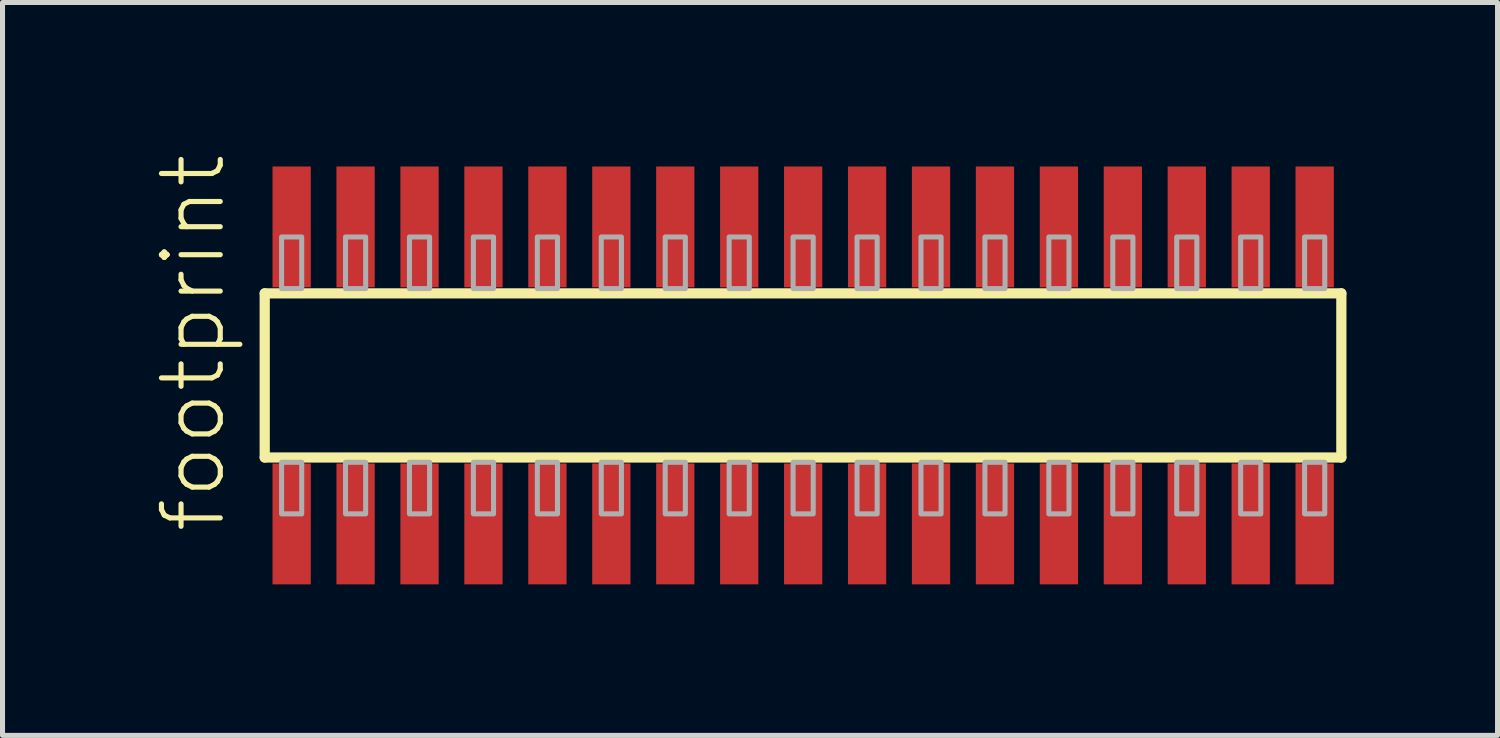
<source format=kicad_pcb>
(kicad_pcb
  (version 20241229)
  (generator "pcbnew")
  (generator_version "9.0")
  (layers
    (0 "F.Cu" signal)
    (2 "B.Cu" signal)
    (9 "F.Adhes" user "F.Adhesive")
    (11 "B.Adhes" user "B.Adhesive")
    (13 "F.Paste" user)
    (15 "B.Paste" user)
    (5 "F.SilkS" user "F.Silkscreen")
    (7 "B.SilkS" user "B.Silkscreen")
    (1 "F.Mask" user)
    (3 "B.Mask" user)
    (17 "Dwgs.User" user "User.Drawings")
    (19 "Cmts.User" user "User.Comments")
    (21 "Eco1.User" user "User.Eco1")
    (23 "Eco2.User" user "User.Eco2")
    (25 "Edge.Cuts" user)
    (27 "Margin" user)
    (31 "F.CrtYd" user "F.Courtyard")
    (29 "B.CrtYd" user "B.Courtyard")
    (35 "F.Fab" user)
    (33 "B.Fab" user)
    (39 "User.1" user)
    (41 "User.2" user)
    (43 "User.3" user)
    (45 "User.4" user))
  (footprint "footprint"
    (layer "F.Cu")
    (at 12.903 4.407)
    (property "Reference" "footprint" (at -11.43 3.175 90) (layer "F.SilkS") (effects (font (size 1.168 1.168) (thickness 0.102)) (justify left bottom)))
    (fp_line (start -10.695 -1.63) (end 10.69 -1.63) (stroke (width 0.203) (type solid)) (layer "F.SilkS"))
    (fp_line (start -10.695 1.63) (end -10.695 -1.63) (stroke (width 0.203) (type solid)) (layer "F.SilkS"))
    (fp_line (start 10.69 -1.63) (end 10.69 1.63) (stroke (width 0.203) (type solid)) (layer "F.SilkS"))
    (fp_line (start 10.69 1.63) (end -10.695 1.63) (stroke (width 0.203) (type solid)) (layer "F.SilkS"))
    (fp_poly (pts (xy -10.36 -1.725) (xy -9.96 -1.725) (xy -9.96 -2.75) (xy -10.36 -2.75)) (stroke (width 0.1) (type solid)) (fill no) (layer "F.Fab"))
    (fp_poly (pts (xy -9.96 1.725) (xy -10.36 1.725) (xy -10.36 2.75) (xy -9.96 2.75)) (stroke (width 0.1) (type solid)) (fill no) (layer "F.Fab"))
    (fp_poly (pts (xy -9.09 -1.725) (xy -8.69 -1.725) (xy -8.69 -2.75) (xy -9.09 -2.75)) (stroke (width 0.1) (type solid)) (fill no) (layer "F.Fab"))
    (fp_poly (pts (xy -8.69 1.725) (xy -9.09 1.725) (xy -9.09 2.75) (xy -8.69 2.75)) (stroke (width 0.1) (type solid)) (fill no) (layer "F.Fab"))
    (fp_poly (pts (xy -7.82 -1.725) (xy -7.42 -1.725) (xy -7.42 -2.75) (xy -7.82 -2.75)) (stroke (width 0.1) (type solid)) (fill no) (layer "F.Fab"))
    (fp_poly (pts (xy -7.42 1.725) (xy -7.82 1.725) (xy -7.82 2.75) (xy -7.42 2.75)) (stroke (width 0.1) (type solid)) (fill no) (layer "F.Fab"))
    (fp_poly (pts (xy -6.55 -1.725) (xy -6.15 -1.725) (xy -6.15 -2.75) (xy -6.55 -2.75)) (stroke (width 0.1) (type solid)) (fill no) (layer "F.Fab"))
    (fp_poly (pts (xy -6.15 1.725) (xy -6.55 1.725) (xy -6.55 2.75) (xy -6.15 2.75)) (stroke (width 0.1) (type solid)) (fill no) (layer "F.Fab"))
    (fp_poly (pts (xy -5.28 -1.725) (xy -4.88 -1.725) (xy -4.88 -2.75) (xy -5.28 -2.75)) (stroke (width 0.1) (type solid)) (fill no) (layer "F.Fab"))
    (fp_poly (pts (xy -4.88 1.725) (xy -5.28 1.725) (xy -5.28 2.75) (xy -4.88 2.75)) (stroke (width 0.1) (type solid)) (fill no) (layer "F.Fab"))
    (fp_poly (pts (xy -4.01 -1.725) (xy -3.61 -1.725) (xy -3.61 -2.75) (xy -4.01 -2.75)) (stroke (width 0.1) (type solid)) (fill no) (layer "F.Fab"))
    (fp_poly (pts (xy -3.61 1.725) (xy -4.01 1.725) (xy -4.01 2.75) (xy -3.61 2.75)) (stroke (width 0.1) (type solid)) (fill no) (layer "F.Fab"))
    (fp_poly (pts (xy -2.74 -1.725) (xy -2.34 -1.725) (xy -2.34 -2.75) (xy -2.74 -2.75)) (stroke (width 0.1) (type solid)) (fill no) (layer "F.Fab"))
    (fp_poly (pts (xy -2.34 1.725) (xy -2.74 1.725) (xy -2.74 2.75) (xy -2.34 2.75)) (stroke (width 0.1) (type solid)) (fill no) (layer "F.Fab"))
    (fp_poly (pts (xy -1.47 -1.725) (xy -1.07 -1.725) (xy -1.07 -2.75) (xy -1.47 -2.75)) (stroke (width 0.1) (type solid)) (fill no) (layer "F.Fab"))
    (fp_poly (pts (xy -1.07 1.725) (xy -1.47 1.725) (xy -1.47 2.75) (xy -1.07 2.75)) (stroke (width 0.1) (type solid)) (fill no) (layer "F.Fab"))
    (fp_poly (pts (xy -0.2 -1.725) (xy 0.2 -1.725) (xy 0.2 -2.75) (xy -0.2 -2.75)) (stroke (width 0.1) (type solid)) (fill no) (layer "F.Fab"))
    (fp_poly (pts (xy 0.2 1.725) (xy -0.2 1.725) (xy -0.2 2.75) (xy 0.2 2.75)) (stroke (width 0.1) (type solid)) (fill no) (layer "F.Fab"))
    (fp_poly (pts (xy 1.07 -1.725) (xy 1.47 -1.725) (xy 1.47 -2.75) (xy 1.07 -2.75)) (stroke (width 0.1) (type solid)) (fill no) (layer "F.Fab"))
    (fp_poly (pts (xy 1.47 1.725) (xy 1.07 1.725) (xy 1.07 2.75) (xy 1.47 2.75)) (stroke (width 0.1) (type solid)) (fill no) (layer "F.Fab"))
    (fp_poly (pts (xy 2.34 -1.725) (xy 2.74 -1.725) (xy 2.74 -2.75) (xy 2.34 -2.75)) (stroke (width 0.1) (type solid)) (fill no) (layer "F.Fab"))
    (fp_poly (pts (xy 2.74 1.725) (xy 2.34 1.725) (xy 2.34 2.75) (xy 2.74 2.75)) (stroke (width 0.1) (type solid)) (fill no) (layer "F.Fab"))
    (fp_poly (pts (xy 3.61 -1.725) (xy 4.01 -1.725) (xy 4.01 -2.75) (xy 3.61 -2.75)) (stroke (width 0.1) (type solid)) (fill no) (layer "F.Fab"))
    (fp_poly (pts (xy 4.01 1.725) (xy 3.61 1.725) (xy 3.61 2.75) (xy 4.01 2.75)) (stroke (width 0.1) (type solid)) (fill no) (layer "F.Fab"))
    (fp_poly (pts (xy 4.88 -1.725) (xy 5.28 -1.725) (xy 5.28 -2.75) (xy 4.88 -2.75)) (stroke (width 0.1) (type solid)) (fill no) (layer "F.Fab"))
    (fp_poly (pts (xy 5.28 1.725) (xy 4.88 1.725) (xy 4.88 2.75) (xy 5.28 2.75)) (stroke (width 0.1) (type solid)) (fill no) (layer "F.Fab"))
    (fp_poly (pts (xy 6.15 -1.725) (xy 6.55 -1.725) (xy 6.55 -2.75) (xy 6.15 -2.75)) (stroke (width 0.1) (type solid)) (fill no) (layer "F.Fab"))
    (fp_poly (pts (xy 6.55 1.725) (xy 6.15 1.725) (xy 6.15 2.75) (xy 6.55 2.75)) (stroke (width 0.1) (type solid)) (fill no) (layer "F.Fab"))
    (fp_poly (pts (xy 7.42 -1.725) (xy 7.82 -1.725) (xy 7.82 -2.75) (xy 7.42 -2.75)) (stroke (width 0.1) (type solid)) (fill no) (layer "F.Fab"))
    (fp_poly (pts (xy 7.82 1.725) (xy 7.42 1.725) (xy 7.42 2.75) (xy 7.82 2.75)) (stroke (width 0.1) (type solid)) (fill no) (layer "F.Fab"))
    (fp_poly (pts (xy 8.69 -1.725) (xy 9.09 -1.725) (xy 9.09 -2.75) (xy 8.69 -2.75)) (stroke (width 0.1) (type solid)) (fill no) (layer "F.Fab"))
    (fp_poly (pts (xy 9.09 1.725) (xy 8.69 1.725) (xy 8.69 2.75) (xy 9.09 2.75)) (stroke (width 0.1) (type solid)) (fill no) (layer "F.Fab"))
    (fp_poly (pts (xy 9.96 -1.725) (xy 10.36 -1.725) (xy 10.36 -2.75) (xy 9.96 -2.75)) (stroke (width 0.1) (type solid)) (fill no) (layer "F.Fab"))
    (fp_poly (pts (xy 10.36 1.725) (xy 9.96 1.725) (xy 9.96 2.75) (xy 10.36 2.75)) (stroke (width 0.1) (type solid)) (fill no) (layer "F.Fab"))
    (pad "1" smd rect (at -10.16 2.95) (size 0.76 2.4) (layers "F.Cu" "F.Mask" "F.Paste"))
    (pad "2" smd rect (at -10.16 -2.95) (size 0.76 2.4) (layers "F.Cu" "F.Mask" "F.Paste"))
    (pad "3" smd rect (at -8.89 2.95) (size 0.76 2.4) (layers "F.Cu" "F.Mask" "F.Paste"))
    (pad "4" smd rect (at -8.89 -2.95) (size 0.76 2.4) (layers "F.Cu" "F.Mask" "F.Paste"))
    (pad "5" smd rect (at -7.62 2.95) (size 0.76 2.4) (layers "F.Cu" "F.Mask" "F.Paste"))
    (pad "6" smd rect (at -7.62 -2.95) (size 0.76 2.4) (layers "F.Cu" "F.Mask" "F.Paste"))
    (pad "7" smd rect (at -6.35 2.95) (size 0.76 2.4) (layers "F.Cu" "F.Mask" "F.Paste"))
    (pad "8" smd rect (at -6.35 -2.95) (size 0.76 2.4) (layers "F.Cu" "F.Mask" "F.Paste"))
    (pad "9" smd rect (at -5.08 2.95) (size 0.76 2.4) (layers "F.Cu" "F.Mask" "F.Paste"))
    (pad "10" smd rect (at -5.08 -2.95) (size 0.76 2.4) (layers "F.Cu" "F.Mask" "F.Paste"))
    (pad "11" smd rect (at -3.81 2.95) (size 0.76 2.4) (layers "F.Cu" "F.Mask" "F.Paste"))
    (pad "12" smd rect (at -3.81 -2.95) (size 0.76 2.4) (layers "F.Cu" "F.Mask" "F.Paste"))
    (pad "13" smd rect (at -2.54 2.95) (size 0.76 2.4) (layers "F.Cu" "F.Mask" "F.Paste"))
    (pad "14" smd rect (at -2.54 -2.95) (size 0.76 2.4) (layers "F.Cu" "F.Mask" "F.Paste"))
    (pad "15" smd rect (at -1.27 2.95) (size 0.76 2.4) (layers "F.Cu" "F.Mask" "F.Paste"))
    (pad "16" smd rect (at -1.27 -2.95) (size 0.76 2.4) (layers "F.Cu" "F.Mask" "F.Paste"))
    (pad "17" smd rect (at 0 2.95) (size 0.76 2.4) (layers "F.Cu" "F.Mask" "F.Paste"))
    (pad "18" smd rect (at 0 -2.95) (size 0.76 2.4) (layers "F.Cu" "F.Mask" "F.Paste"))
    (pad "19" smd rect (at 1.27 2.95) (size 0.76 2.4) (layers "F.Cu" "F.Mask" "F.Paste"))
    (pad "20" smd rect (at 1.27 -2.95) (size 0.76 2.4) (layers "F.Cu" "F.Mask" "F.Paste"))
    (pad "21" smd rect (at 2.54 2.95) (size 0.76 2.4) (layers "F.Cu" "F.Mask" "F.Paste"))
    (pad "22" smd rect (at 2.54 -2.95) (size 0.76 2.4) (layers "F.Cu" "F.Mask" "F.Paste"))
    (pad "23" smd rect (at 3.81 2.95) (size 0.76 2.4) (layers "F.Cu" "F.Mask" "F.Paste"))
    (pad "24" smd rect (at 3.81 -2.95) (size 0.76 2.4) (layers "F.Cu" "F.Mask" "F.Paste"))
    (pad "25" smd rect (at 5.08 2.95) (size 0.76 2.4) (layers "F.Cu" "F.Mask" "F.Paste"))
    (pad "26" smd rect (at 5.08 -2.95) (size 0.76 2.4) (layers "F.Cu" "F.Mask" "F.Paste"))
    (pad "27" smd rect (at 6.35 2.95) (size 0.76 2.4) (layers "F.Cu" "F.Mask" "F.Paste"))
    (pad "28" smd rect (at 6.35 -2.95) (size 0.76 2.4) (layers "F.Cu" "F.Mask" "F.Paste"))
    (pad "29" smd rect (at 7.62 2.95) (size 0.76 2.4) (layers "F.Cu" "F.Mask" "F.Paste"))
    (pad "30" smd rect (at 7.62 -2.95) (size 0.76 2.4) (layers "F.Cu" "F.Mask" "F.Paste"))
    (pad "31" smd rect (at 8.89 2.95) (size 0.76 2.4) (layers "F.Cu" "F.Mask" "F.Paste"))
    (pad "32" smd rect (at 8.89 -2.95) (size 0.76 2.4) (layers "F.Cu" "F.Mask" "F.Paste"))
    (pad "33" smd rect (at 10.16 2.95) (size 0.76 2.4) (layers "F.Cu" "F.Mask" "F.Paste"))
    (pad "34" smd rect (at 10.16 -2.95) (size 0.76 2.4) (layers "F.Cu" "F.Mask" "F.Paste")))
  (gr_rect
    (start -3 -3)
    (end 26.695 11.557)
    (stroke (width 0.1) (type default))
    (fill no)
    (layer "Edge.Cuts")))
</source>
